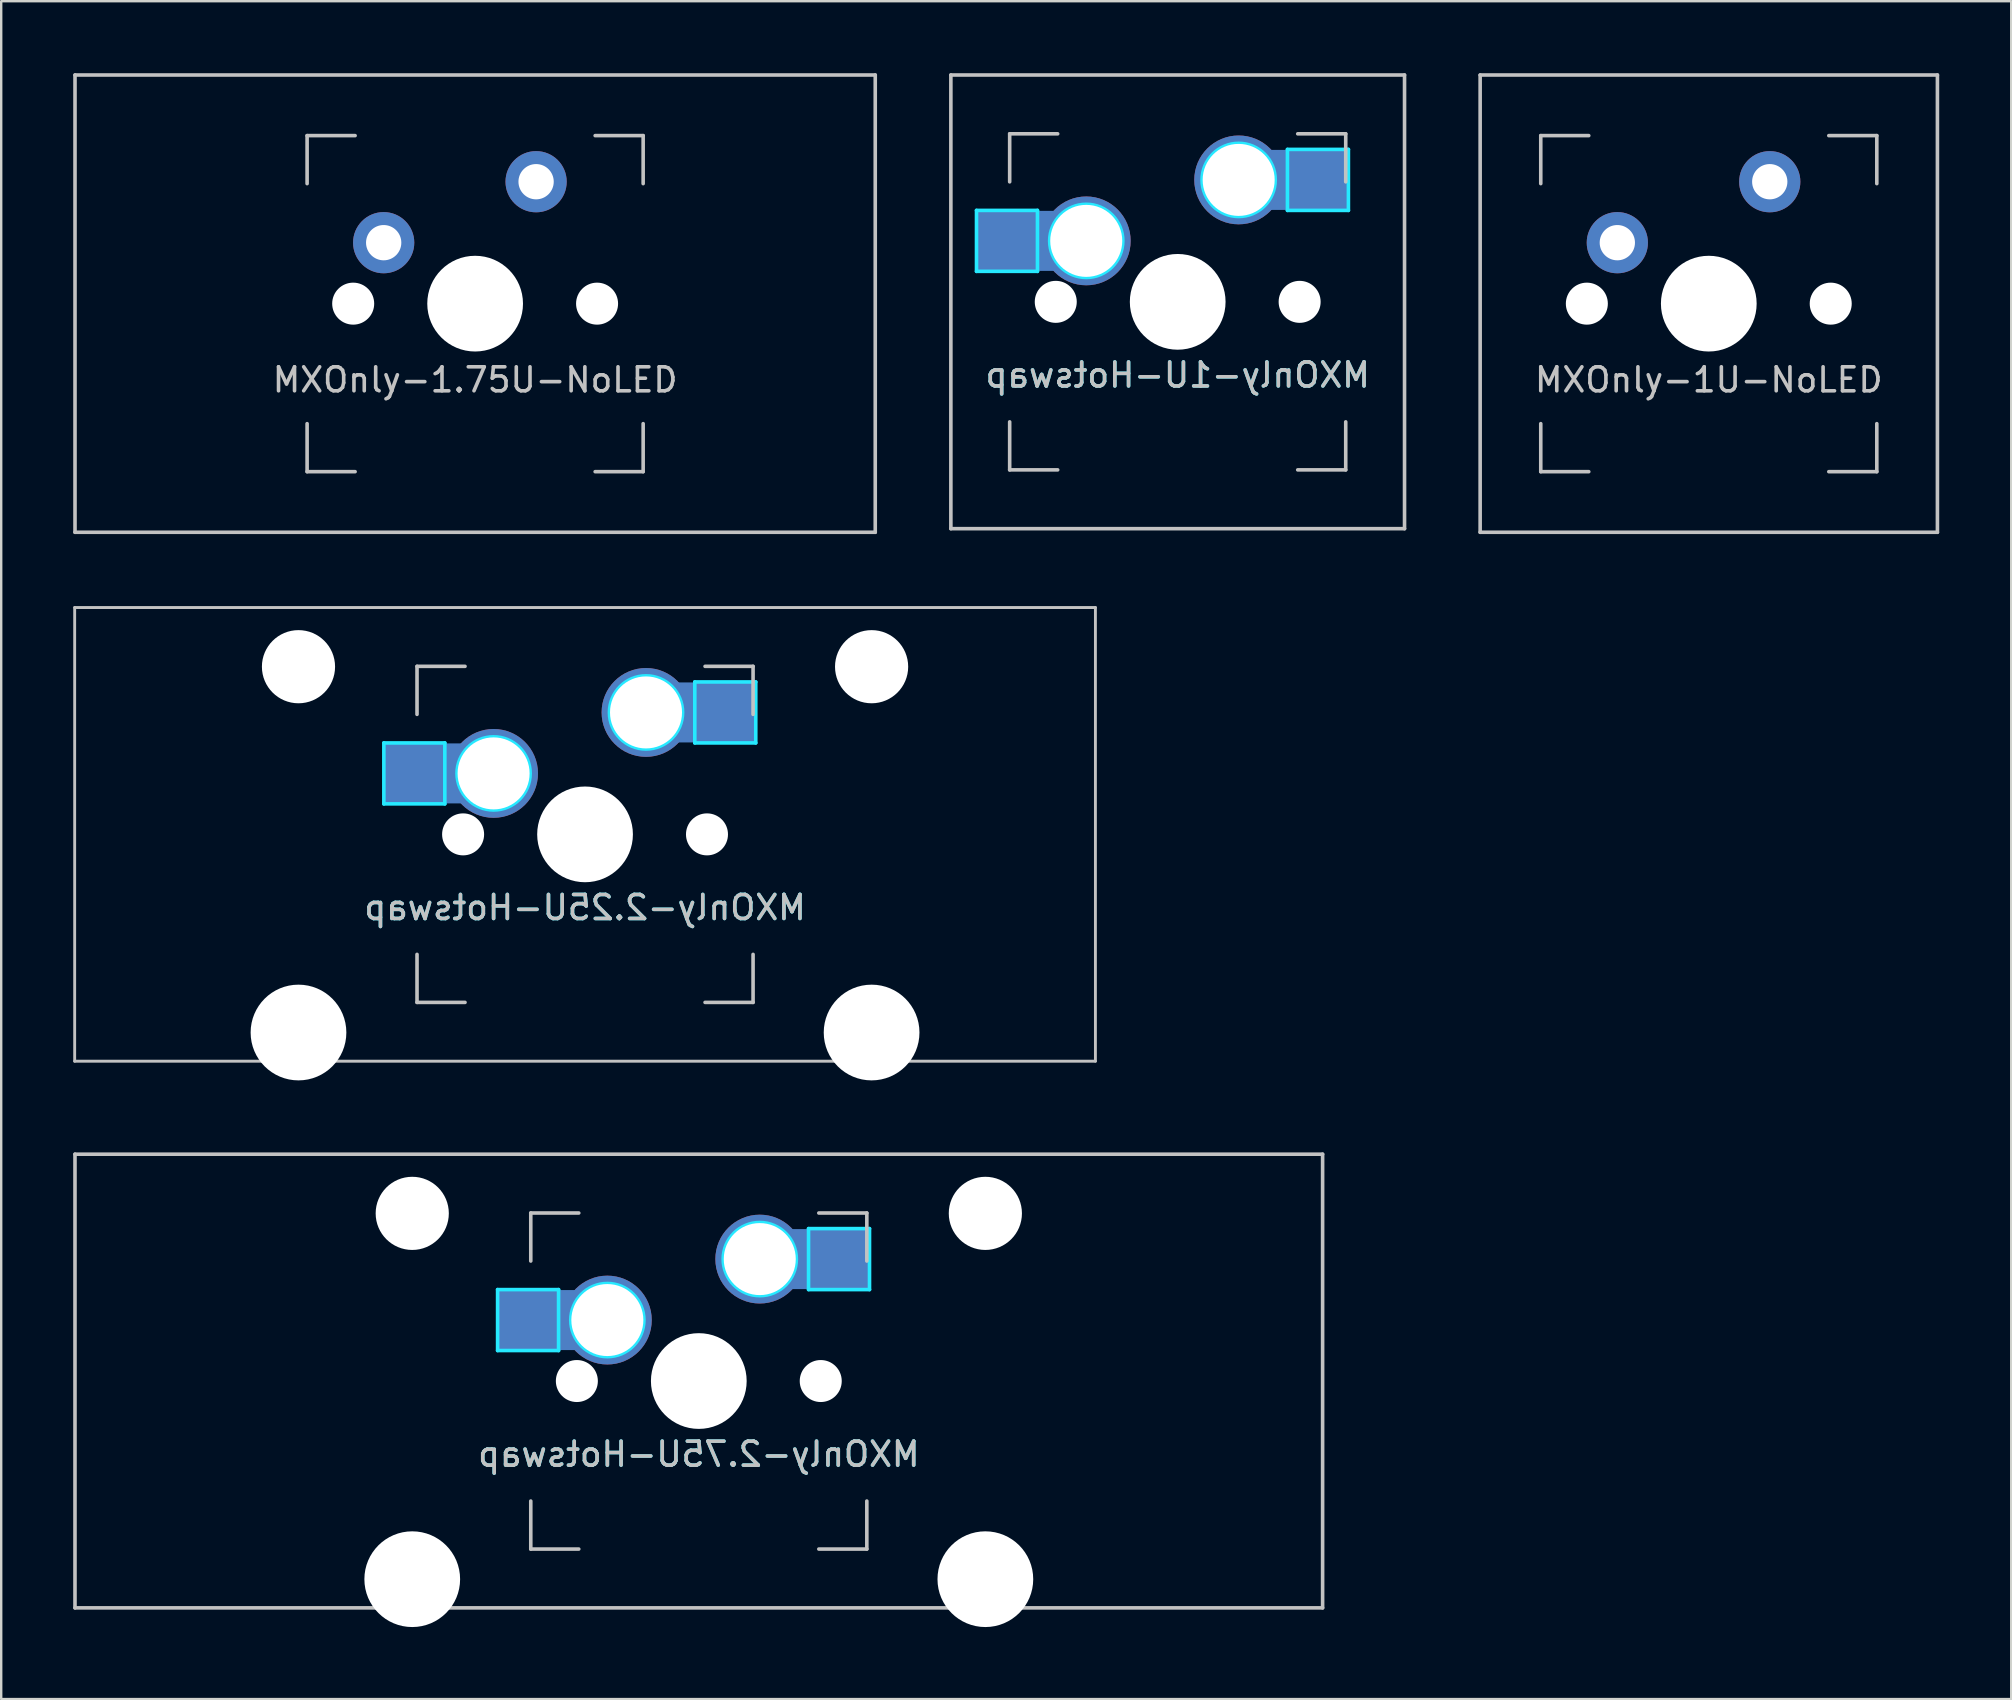
<source format=kicad_pcb>
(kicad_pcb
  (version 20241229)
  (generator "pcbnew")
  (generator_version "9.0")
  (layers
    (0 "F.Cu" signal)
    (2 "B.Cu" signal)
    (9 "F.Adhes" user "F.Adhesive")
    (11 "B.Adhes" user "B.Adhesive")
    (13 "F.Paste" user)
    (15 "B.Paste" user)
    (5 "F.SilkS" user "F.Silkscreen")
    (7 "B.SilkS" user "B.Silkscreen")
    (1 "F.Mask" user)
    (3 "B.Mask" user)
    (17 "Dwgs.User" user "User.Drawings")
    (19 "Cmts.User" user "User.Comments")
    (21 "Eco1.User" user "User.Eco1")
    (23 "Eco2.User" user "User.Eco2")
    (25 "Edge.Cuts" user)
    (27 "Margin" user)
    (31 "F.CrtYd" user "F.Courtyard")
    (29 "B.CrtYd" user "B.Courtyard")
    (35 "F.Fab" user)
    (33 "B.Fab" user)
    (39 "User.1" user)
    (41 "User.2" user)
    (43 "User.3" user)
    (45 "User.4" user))
  (footprint "MXOnly-1U-NoLED"
    (layer "F.Cu")
    (at 68.138 9.6)
    (property "Reference" "MXOnly-1U-NoLED" (at 0 3.175 0) (layer "Dwgs.User") (effects (font (size 1 1) (thickness 0.15))))
    (attr through_hole)
    (fp_line (start -9.525 -9.525) (end 9.525 -9.525) (stroke (width 0.15) (type solid)) (layer "Dwgs.User"))
    (fp_line (start -9.525 9.525) (end -9.525 -9.525) (stroke (width 0.15) (type solid)) (layer "Dwgs.User"))
    (fp_line (start -7 -7) (end -7 -5) (stroke (width 0.15) (type solid)) (layer "Dwgs.User"))
    (fp_line (start -7 5) (end -7 7) (stroke (width 0.15) (type solid)) (layer "Dwgs.User"))
    (fp_line (start -7 7) (end -5 7) (stroke (width 0.15) (type solid)) (layer "Dwgs.User"))
    (fp_line (start -5 -7) (end -7 -7) (stroke (width 0.15) (type solid)) (layer "Dwgs.User"))
    (fp_line (start 5 -7) (end 7 -7) (stroke (width 0.15) (type solid)) (layer "Dwgs.User"))
    (fp_line (start 5 7) (end 7 7) (stroke (width 0.15) (type solid)) (layer "Dwgs.User"))
    (fp_line (start 7 -7) (end 7 -5) (stroke (width 0.15) (type solid)) (layer "Dwgs.User"))
    (fp_line (start 7 7) (end 7 5) (stroke (width 0.15) (type solid)) (layer "Dwgs.User"))
    (fp_line (start 9.525 -9.525) (end 9.525 9.525) (stroke (width 0.15) (type solid)) (layer "Dwgs.User"))
    (fp_line (start 9.525 9.525) (end -9.525 9.525) (stroke (width 0.15) (type solid)) (layer "Dwgs.User"))
    (pad "" np_thru_hole circle (at -5.08 0 48.1) (size 1.75 1.75) (drill 1.75) (layers "*.Cu" "*.Mask"))
    (pad "" np_thru_hole circle (at 0 0) (size 3.988 3.988) (drill 3.988) (layers "*.Cu" "*.Mask"))
    (pad "" np_thru_hole circle (at 5.08 0 48.1) (size 1.75 1.75) (drill 1.75) (layers "*.Cu" "*.Mask"))
    (pad "1" thru_hole circle (at -3.81 -2.54) (size 2.55 2.55) (drill 1.47) (layers "*.Cu" "B.Mask"))
    (pad "2" thru_hole circle (at 2.54 -5.08) (size 2.55 2.55) (drill 1.47) (layers "*.Cu" "B.Mask")))
  (footprint "MXOnly-2.25U-Hotswap"
    (layer "F.Cu")
    (at 21.323 31.71)
    (property "Reference" "MXOnly-2.25U-Hotswap" (at 0 3.048 0) (layer "B.CrtYd") (effects (font (size 1 1) (thickness 0.15)) (justify mirror)))
    (attr smd)
    (fp_line (start -21.262 -9.45) (end -21.262 9.45) (stroke (width 0.12) (type solid)) (layer "Dwgs.User"))
    (fp_line (start -21.262 9.45) (end 21.262 9.45) (stroke (width 0.12) (type solid)) (layer "Dwgs.User"))
    (fp_line (start -7 -7) (end -7 -5) (stroke (width 0.15) (type solid)) (layer "Dwgs.User"))
    (fp_line (start -7 5) (end -7 7) (stroke (width 0.15) (type solid)) (layer "Dwgs.User"))
    (fp_line (start -7 7) (end -5 7) (stroke (width 0.15) (type solid)) (layer "Dwgs.User"))
    (fp_line (start -5 -7) (end -7 -7) (stroke (width 0.15) (type solid)) (layer "Dwgs.User"))
    (fp_line (start 5 -7) (end 7 -7) (stroke (width 0.15) (type solid)) (layer "Dwgs.User"))
    (fp_line (start 5 7) (end 7 7) (stroke (width 0.15) (type solid)) (layer "Dwgs.User"))
    (fp_line (start 7 -7) (end 7 -5) (stroke (width 0.15) (type solid)) (layer "Dwgs.User"))
    (fp_line (start 7 7) (end 7 5) (stroke (width 0.15) (type solid)) (layer "Dwgs.User"))
    (fp_line (start 21.262 -9.45) (end -21.262 -9.45) (stroke (width 0.12) (type solid)) (layer "Dwgs.User"))
    (fp_line (start 21.262 -9.45) (end 21.262 9.45) (stroke (width 0.12) (type solid)) (layer "Dwgs.User"))
    (fp_line (start -8.382 -3.81) (end -5.842 -3.81) (stroke (width 0.15) (type solid)) (layer "B.CrtYd"))
    (fp_line (start -8.382 -1.27) (end -8.382 -3.81) (stroke (width 0.15) (type solid)) (layer "B.CrtYd"))
    (fp_line (start -5.842 -3.81) (end -5.842 -1.27) (stroke (width 0.15) (type solid)) (layer "B.CrtYd"))
    (fp_line (start -5.842 -1.27) (end -8.382 -1.27) (stroke (width 0.15) (type solid)) (layer "B.CrtYd"))
    (fp_line (start 4.572 -6.35) (end 7.112 -6.35) (stroke (width 0.15) (type solid)) (layer "B.CrtYd"))
    (fp_line (start 4.572 -3.81) (end 4.572 -6.35) (stroke (width 0.15) (type solid)) (layer "B.CrtYd"))
    (fp_line (start 7.112 -6.35) (end 7.112 -3.81) (stroke (width 0.15) (type solid)) (layer "B.CrtYd"))
    (fp_line (start 7.112 -3.81) (end 4.572 -3.81) (stroke (width 0.15) (type solid)) (layer "B.CrtYd"))
    (fp_circle (center -3.81 -2.54) (end -3.81 -4.064) (stroke (width 0.15) (type solid)) (fill no) (layer "B.CrtYd"))
    (fp_circle (center 2.54 -5.08) (end 2.54 -6.604) (stroke (width 0.15) (type solid)) (fill no) (layer "B.CrtYd"))
    (fp_text user "${REFERENCE}" (at 0 3.048 0) (layer "Dwgs.User") (effects (font (size 1 1) (thickness 0.15)) (justify mirror)))
    (pad "" np_thru_hole circle (at -11.938 -6.985) (size 3.048 3.048) (drill 3.048) (layers "*.Cu" "*.Mask"))
    (pad "" np_thru_hole circle (at -11.938 8.255) (size 3.988 3.988) (drill 3.988) (layers "*.Cu" "*.Mask"))
    (pad "" np_thru_hole circle (at -5.08 0 48.1) (size 1.75 1.75) (drill 1.75) (layers "*.Cu" "*.Mask"))
    (pad "" np_thru_hole circle (at 0 0) (size 3.988 3.988) (drill 3.988) (layers "*.Cu" "*.Mask"))
    (pad "" np_thru_hole circle (at 5.08 0 48.1) (size 1.75 1.75) (drill 1.75) (layers "*.Cu" "*.Mask"))
    (pad "" np_thru_hole circle (at 11.938 -6.985) (size 3.048 3.048) (drill 3.048) (layers "*.Cu" "*.Mask"))
    (pad "" np_thru_hole circle (at 11.938 8.255) (size 3.988 3.988) (drill 3.988) (layers "*.Cu" "*.Mask"))
    (pad "1" smd rect (at -6.085 -2.54) (size 4.55 2.5) (layers "B.Cu" "B.Mask" "B.Paste"))
    (pad "1" thru_hole circle (at -3.81 -2.54) (size 3.7 3.7) (drill 3) (layers "*.Cu" "*.Mask"))
    (pad "2" thru_hole circle (at 2.54 -5.08) (size 3.7 3.7) (drill 3) (layers "*.Cu" "*.Mask"))
    (pad "2" smd rect (at 4.342 -5.08) (size 5.55 2.5) (layers "B.Cu" "B.Mask" "B.Paste")))
  (footprint "MXOnly-1U-Hotswap"
    (layer "F.Cu")
    (at 46.013 9.525)
    (property "Reference" "MXOnly-1U-Hotswap" (at 0 3.048 0) (layer "B.CrtYd") (effects (font (size 1 1) (thickness 0.15)) (justify mirror)))
    (attr smd)
    (fp_line (start -9.45 -9.45) (end 9.45 -9.45) (stroke (width 0.15) (type solid)) (layer "Dwgs.User"))
    (fp_line (start -9.45 9.45) (end -9.45 -9.45) (stroke (width 0.15) (type solid)) (layer "Dwgs.User"))
    (fp_line (start -7 -7) (end -7 -5) (stroke (width 0.15) (type solid)) (layer "Dwgs.User"))
    (fp_line (start -7 5) (end -7 7) (stroke (width 0.15) (type solid)) (layer "Dwgs.User"))
    (fp_line (start -7 7) (end -5 7) (stroke (width 0.15) (type solid)) (layer "Dwgs.User"))
    (fp_line (start -5 -7) (end -7 -7) (stroke (width 0.15) (type solid)) (layer "Dwgs.User"))
    (fp_line (start 5 -7) (end 7 -7) (stroke (width 0.15) (type solid)) (layer "Dwgs.User"))
    (fp_line (start 5 7) (end 7 7) (stroke (width 0.15) (type solid)) (layer "Dwgs.User"))
    (fp_line (start 7 -7) (end 7 -5) (stroke (width 0.15) (type solid)) (layer "Dwgs.User"))
    (fp_line (start 7 7) (end 7 5) (stroke (width 0.15) (type solid)) (layer "Dwgs.User"))
    (fp_line (start 9.45 -9.45) (end 9.45 9.45) (stroke (width 0.15) (type solid)) (layer "Dwgs.User"))
    (fp_line (start 9.45 9.45) (end -9.45 9.45) (stroke (width 0.15) (type solid)) (layer "Dwgs.User"))
    (fp_line (start -8.382 -3.81) (end -8.382 -1.27) (stroke (width 0.15) (type solid)) (layer "B.CrtYd"))
    (fp_line (start -8.382 -1.27) (end -5.842 -1.27) (stroke (width 0.15) (type solid)) (layer "B.CrtYd"))
    (fp_line (start -5.842 -3.81) (end -8.382 -3.81) (stroke (width 0.15) (type solid)) (layer "B.CrtYd"))
    (fp_line (start -5.842 -1.27) (end -5.842 -3.81) (stroke (width 0.15) (type solid)) (layer "B.CrtYd"))
    (fp_line (start 4.572 -6.35) (end 7.112 -6.35) (stroke (width 0.15) (type solid)) (layer "B.CrtYd"))
    (fp_line (start 4.572 -3.81) (end 4.572 -6.35) (stroke (width 0.15) (type solid)) (layer "B.CrtYd"))
    (fp_line (start 7.112 -6.35) (end 7.112 -3.81) (stroke (width 0.15) (type solid)) (layer "B.CrtYd"))
    (fp_line (start 7.112 -3.81) (end 4.572 -3.81) (stroke (width 0.15) (type solid)) (layer "B.CrtYd"))
    (fp_circle (center -3.81 -2.54) (end -3.81 -4.064) (stroke (width 0.15) (type solid)) (fill no) (layer "B.CrtYd"))
    (fp_circle (center 2.54 -5.08) (end 2.54 -6.604) (stroke (width 0.15) (type solid)) (fill no) (layer "B.CrtYd"))
    (fp_text user "${REFERENCE}" (at 0 3.048 0) (layer "Dwgs.User") (effects (font (size 1 1) (thickness 0.15)) (justify mirror)))
    (pad "" np_thru_hole circle (at -5.08 0 48.1) (size 1.75 1.75) (drill 1.75) (layers "*.Cu" "*.Mask"))
    (pad "" np_thru_hole circle (at 0 0) (size 3.988 3.988) (drill 3.988) (layers "*.Cu" "*.Mask"))
    (pad "" np_thru_hole circle (at 5.08 0 48.1) (size 1.75 1.75) (drill 1.75) (layers "*.Cu" "*.Mask"))
    (pad "1" smd rect (at -6.085 -2.54) (size 4.55 2.5) (layers "B.Cu" "B.Mask" "B.Paste"))
    (pad "1" thru_hole circle (at -3.81 -2.54) (size 3.7 3.7) (drill 3) (layers "*.Cu" "*.Mask"))
    (pad "2" thru_hole circle (at 2.54 -5.08) (size 3.7 3.7) (drill 3) (layers "*.Cu" "*.Mask"))
    (pad "2" smd rect (at 4.342 -5.08) (size 5.55 2.5) (layers "B.Cu" "B.Mask" "B.Paste")))
  (footprint "MXOnly-2.75U-Hotswap"
    (layer "F.Cu")
    (at 26.062 54.484)
    (property "Reference" "MXOnly-2.75U-Hotswap" (at 0 3.048 0) (layer "B.CrtYd") (effects (font (size 1 1) (thickness 0.15)) (justify mirror)))
    (attr smd)
    (fp_line (start -25.988 -9.45) (end 25.988 -9.45) (stroke (width 0.15) (type solid)) (layer "Dwgs.User"))
    (fp_line (start -25.988 9.45) (end -25.988 -9.45) (stroke (width 0.15) (type solid)) (layer "Dwgs.User"))
    (fp_line (start -7 -7) (end -7 -5) (stroke (width 0.15) (type solid)) (layer "Dwgs.User"))
    (fp_line (start -7 5) (end -7 7) (stroke (width 0.15) (type solid)) (layer "Dwgs.User"))
    (fp_line (start -7 7) (end -5 7) (stroke (width 0.15) (type solid)) (layer "Dwgs.User"))
    (fp_line (start -5 -7) (end -7 -7) (stroke (width 0.15) (type solid)) (layer "Dwgs.User"))
    (fp_line (start 5 -7) (end 7 -7) (stroke (width 0.15) (type solid)) (layer "Dwgs.User"))
    (fp_line (start 5 7) (end 7 7) (stroke (width 0.15) (type solid)) (layer "Dwgs.User"))
    (fp_line (start 7 -7) (end 7 -5) (stroke (width 0.15) (type solid)) (layer "Dwgs.User"))
    (fp_line (start 7 7) (end 7 5) (stroke (width 0.15) (type solid)) (layer "Dwgs.User"))
    (fp_line (start 25.988 -9.45) (end 25.988 9.45) (stroke (width 0.15) (type solid)) (layer "Dwgs.User"))
    (fp_line (start 25.988 9.45) (end -25.988 9.45) (stroke (width 0.15) (type solid)) (layer "Dwgs.User"))
    (fp_line (start -8.382 -3.81) (end -5.842 -3.81) (stroke (width 0.15) (type solid)) (layer "B.CrtYd"))
    (fp_line (start -8.382 -1.27) (end -8.382 -3.81) (stroke (width 0.15) (type solid)) (layer "B.CrtYd"))
    (fp_line (start -5.842 -3.81) (end -5.842 -1.27) (stroke (width 0.15) (type solid)) (layer "B.CrtYd"))
    (fp_line (start -5.842 -1.27) (end -8.382 -1.27) (stroke (width 0.15) (type solid)) (layer "B.CrtYd"))
    (fp_line (start 4.572 -6.35) (end 7.112 -6.35) (stroke (width 0.15) (type solid)) (layer "B.CrtYd"))
    (fp_line (start 4.572 -3.81) (end 4.572 -6.35) (stroke (width 0.15) (type solid)) (layer "B.CrtYd"))
    (fp_line (start 7.112 -6.35) (end 7.112 -3.81) (stroke (width 0.15) (type solid)) (layer "B.CrtYd"))
    (fp_line (start 7.112 -3.81) (end 4.572 -3.81) (stroke (width 0.15) (type solid)) (layer "B.CrtYd"))
    (fp_circle (center -3.81 -2.54) (end -3.81 -4.064) (stroke (width 0.15) (type solid)) (fill no) (layer "B.CrtYd"))
    (fp_circle (center 2.54 -5.08) (end 2.54 -6.604) (stroke (width 0.15) (type solid)) (fill no) (layer "B.CrtYd"))
    (fp_text user "${REFERENCE}" (at 0 3.048 0) (layer "Dwgs.User") (effects (font (size 1 1) (thickness 0.15)) (justify mirror)))
    (pad "" np_thru_hole circle (at -11.938 -6.985) (size 3.048 3.048) (drill 3.048) (layers "*.Cu" "*.Mask"))
    (pad "" np_thru_hole circle (at -11.938 8.255) (size 3.988 3.988) (drill 3.988) (layers "*.Cu" "*.Mask"))
    (pad "" np_thru_hole circle (at -5.08 0 48.1) (size 1.75 1.75) (drill 1.75) (layers "*.Cu" "*.Mask"))
    (pad "" np_thru_hole circle (at 0 0) (size 3.988 3.988) (drill 3.988) (layers "*.Cu" "*.Mask"))
    (pad "" np_thru_hole circle (at 5.08 0 48.1) (size 1.75 1.75) (drill 1.75) (layers "*.Cu" "*.Mask"))
    (pad "" np_thru_hole circle (at 11.938 -6.985) (size 3.048 3.048) (drill 3.048) (layers "*.Cu" "*.Mask"))
    (pad "" np_thru_hole circle (at 11.938 8.255) (size 3.988 3.988) (drill 3.988) (layers "*.Cu" "*.Mask"))
    (pad "1" smd rect (at -6.085 -2.54) (size 4.55 2.5) (layers "B.Cu" "B.Mask" "B.Paste"))
    (pad "1" thru_hole circle (at -3.81 -2.54) (size 3.7 3.7) (drill 3) (layers "*.Cu" "*.Mask"))
    (pad "2" thru_hole circle (at 2.54 -5.08) (size 3.7 3.7) (drill 3) (layers "*.Cu" "*.Mask"))
    (pad "2" smd rect (at 4.342 -5.08) (size 5.55 2.5) (layers "B.Cu" "B.Mask" "B.Paste")))
  (footprint "MXOnly-1.75U-NoLED"
    (layer "F.Cu")
    (at 16.744 9.6)
    (property "Reference" "MXOnly-1.75U-NoLED" (at 0 3.175 0) (layer "Dwgs.User") (effects (font (size 1 1) (thickness 0.15))))
    (attr through_hole)
    (fp_line (start -16.669 -9.525) (end 16.669 -9.525) (stroke (width 0.15) (type solid)) (layer "Dwgs.User"))
    (fp_line (start -16.669 9.525) (end -16.669 -9.525) (stroke (width 0.15) (type solid)) (layer "Dwgs.User"))
    (fp_line (start -16.669 9.525) (end 16.669 9.525) (stroke (width 0.15) (type solid)) (layer "Dwgs.User"))
    (fp_line (start -7 -7) (end -7 -5) (stroke (width 0.15) (type solid)) (layer "Dwgs.User"))
    (fp_line (start -7 5) (end -7 7) (stroke (width 0.15) (type solid)) (layer "Dwgs.User"))
    (fp_line (start -7 7) (end -5 7) (stroke (width 0.15) (type solid)) (layer "Dwgs.User"))
    (fp_line (start -5 -7) (end -7 -7) (stroke (width 0.15) (type solid)) (layer "Dwgs.User"))
    (fp_line (start 5 -7) (end 7 -7) (stroke (width 0.15) (type solid)) (layer "Dwgs.User"))
    (fp_line (start 5 7) (end 7 7) (stroke (width 0.15) (type solid)) (layer "Dwgs.User"))
    (fp_line (start 7 -7) (end 7 -5) (stroke (width 0.15) (type solid)) (layer "Dwgs.User"))
    (fp_line (start 7 7) (end 7 5) (stroke (width 0.15) (type solid)) (layer "Dwgs.User"))
    (fp_line (start 16.669 -9.525) (end 16.669 9.525) (stroke (width 0.15) (type solid)) (layer "Dwgs.User"))
    (pad "" np_thru_hole circle (at -5.08 0 48.1) (size 1.75 1.75) (drill 1.75) (layers "*.Cu" "*.Mask"))
    (pad "" np_thru_hole circle (at 0 0) (size 3.988 3.988) (drill 3.988) (layers "*.Cu" "*.Mask"))
    (pad "" np_thru_hole circle (at 5.08 0 48.1) (size 1.75 1.75) (drill 1.75) (layers "*.Cu" "*.Mask"))
    (pad "1" thru_hole circle (at -3.81 -2.54) (size 2.55 2.55) (drill 1.47) (layers "*.Cu" "B.Mask"))
    (pad "2" thru_hole circle (at 2.54 -5.08) (size 2.55 2.55) (drill 1.47) (layers "*.Cu" "B.Mask")))
  (gr_rect
    (start -3 -3)
    (end 80.737 67.733)
    (stroke (width 0.1) (type default))
    (fill no)
    (layer "Edge.Cuts")))
</source>
